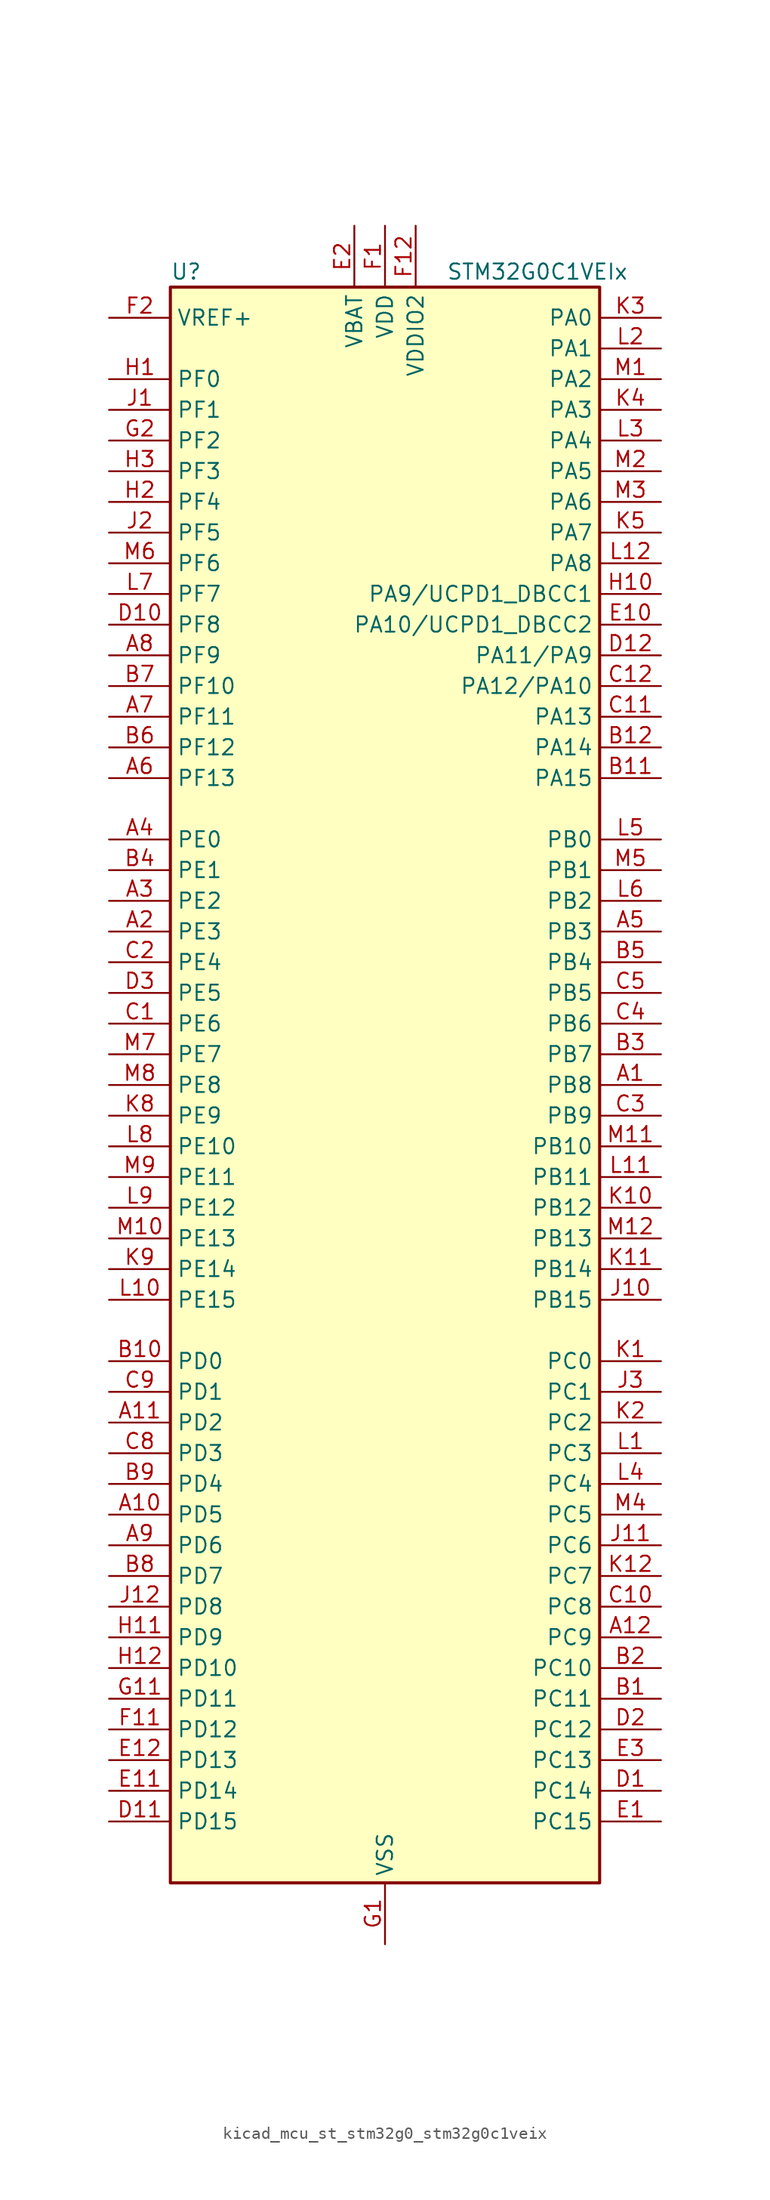
<source format=kicad_sym>
(kicad_symbol_lib
  (version 20220914)
  (generator kicad_symbol_editor)
  (symbol "kicad_mcu_st_stm32g0_stm32g0c1veix"
    (property "Reference" "U"
      (at -17.78 67.31 0)
      (effects (font (size 1.27 1.27)) (justify left)))
    (property "Value" "STM32G0C1VEIx"
      (at 5.08 67.31 0)
      (effects (font (size 1.27 1.27)) (justify left)))
    (property "ki_locked" ""
      (at 0 0 0)
      (effects (font (size 1.27 1.27))))
    (symbol "kicad_mcu_st_stm32g0_stm32g0c1veix_0_1"
      (rectangle (start -17.78 -66.04) (end 17.78 66.04) (stroke (width 0.254) (type default)) (fill (type background))))
    (symbol "kicad_mcu_st_stm32g0_stm32g0c1veix_1_1"
      (pin bidirectional line (at 22.86 0 180) (length 5.08) (name "PB8" (effects (font (size 1.27 1.27)))) (number "A1" (effects (font (size 1.27 1.27)))) (alternate "CEC" bidirectional line) (alternate "FDCAN1_RX" bidirectional line) (alternate "I2C1_SCL" bidirectional line) (alternate "I2S2_CK" bidirectional line) (alternate "SPI2_SCK" bidirectional line) (alternate "TIM15_BK" bidirectional line) (alternate "TIM16_CH1" bidirectional line) (alternate "TIM4_CH3" bidirectional line) (alternate "USART3_TX" bidirectional line) (alternate "USART6_TX" bidirectional line))
      (pin bidirectional line (at -22.86 -35.56 0) (length 5.08) (name "PD5" (effects (font (size 1.27 1.27)))) (number "A10" (effects (font (size 1.27 1.27)))) (alternate "I2S1_MCK" bidirectional line) (alternate "SPI1_MISO" bidirectional line) (alternate "TIM1_BK" bidirectional line) (alternate "USART2_TX" bidirectional line) (alternate "USART5_CTS" bidirectional line) (alternate "USART5_NSS" bidirectional line))
      (pin bidirectional line (at -22.86 -27.94 0) (length 5.08) (name "PD2" (effects (font (size 1.27 1.27)))) (number "A11" (effects (font (size 1.27 1.27)))) (alternate "TIM1_CH1N" bidirectional line) (alternate "TIM3_ETR" bidirectional line) (alternate "UCPD2_CC2" bidirectional line) (alternate "USART3_CK" bidirectional line) (alternate "USART3_DE" bidirectional line) (alternate "USART3_RTS" bidirectional line) (alternate "USART5_RX" bidirectional line))
      (pin bidirectional line (at 22.86 -45.72 180) (length 5.08) (name "PC9" (effects (font (size 1.27 1.27)))) (number "A12" (effects (font (size 1.27 1.27)))) (alternate "DAC1_EXTI9" bidirectional line) (alternate "I2S_CKIN" bidirectional line) (alternate "LPUART2_DE" bidirectional line) (alternate "LPUART2_RTS" bidirectional line) (alternate "TIM1_CH2" bidirectional line) (alternate "TIM3_CH4" bidirectional line) (alternate "USB_NOE" bidirectional line))
      (pin bidirectional line (at -22.86 12.7 0) (length 5.08) (name "PE3" (effects (font (size 1.27 1.27)))) (number "A2" (effects (font (size 1.27 1.27)))) (alternate "TIM3_CH1" bidirectional line))
      (pin bidirectional line (at -22.86 15.24 0) (length 5.08) (name "PE2" (effects (font (size 1.27 1.27)))) (number "A3" (effects (font (size 1.27 1.27)))) (alternate "TIM3_ETR" bidirectional line))
      (pin bidirectional line (at -22.86 20.32 0) (length 5.08) (name "PE0" (effects (font (size 1.27 1.27)))) (number "A4" (effects (font (size 1.27 1.27)))) (alternate "TIM16_CH1" bidirectional line) (alternate "TIM4_ETR" bidirectional line))
      (pin bidirectional line (at 22.86 12.7 180) (length 5.08) (name "PB3" (effects (font (size 1.27 1.27)))) (number "A5" (effects (font (size 1.27 1.27)))) (alternate "COMP2_INM" bidirectional line) (alternate "I2C2_SCL" bidirectional line) (alternate "I2C3_SCL" bidirectional line) (alternate "I2S1_CK" bidirectional line) (alternate "SPI1_SCK" bidirectional line) (alternate "SPI3_SCK" bidirectional line) (alternate "TIM1_CH2" bidirectional line) (alternate "TIM2_CH2" bidirectional line) (alternate "USART1_CK" bidirectional line) (alternate "USART1_DE" bidirectional line) (alternate "USART1_RTS" bidirectional line) (alternate "USART5_TX" bidirectional line))
      (pin bidirectional line (at -22.86 25.4 0) (length 5.08) (name "PF13" (effects (font (size 1.27 1.27)))) (number "A6" (effects (font (size 1.27 1.27)))) (alternate "TIM15_CH2" bidirectional line))
      (pin bidirectional line (at -22.86 30.48 0) (length 5.08) (name "PF11" (effects (font (size 1.27 1.27)))) (number "A7" (effects (font (size 1.27 1.27)))) (alternate "ADC1_EXTI11" bidirectional line) (alternate "USART6_CK" bidirectional line) (alternate "USART6_DE" bidirectional line) (alternate "USART6_RTS" bidirectional line))
      (pin bidirectional line (at -22.86 35.56 0) (length 5.08) (name "PF9" (effects (font (size 1.27 1.27)))) (number "A8" (effects (font (size 1.27 1.27)))) (alternate "DAC1_EXTI9" bidirectional line) (alternate "USART6_TX" bidirectional line))
      (pin bidirectional line (at -22.86 -38.1 0) (length 5.08) (name "PD6" (effects (font (size 1.27 1.27)))) (number "A9" (effects (font (size 1.27 1.27)))) (alternate "I2S1_SD" bidirectional line) (alternate "LPTIM2_OUT" bidirectional line) (alternate "SPI1_MOSI" bidirectional line) (alternate "USART2_RX" bidirectional line))
      (pin bidirectional line (at 22.86 -50.8 180) (length 5.08) (name "PC11" (effects (font (size 1.27 1.27)))) (number "B1" (effects (font (size 1.27 1.27)))) (alternate "ADC1_EXTI11" bidirectional line) (alternate "SPI3_MISO" bidirectional line) (alternate "TIM1_CH4" bidirectional line) (alternate "USART3_RX" bidirectional line) (alternate "USART4_RX" bidirectional line))
      (pin bidirectional line (at -22.86 -22.86 0) (length 5.08) (name "PD0" (effects (font (size 1.27 1.27)))) (number "B10" (effects (font (size 1.27 1.27)))) (alternate "FDCAN1_RX" bidirectional line) (alternate "I2S2_WS" bidirectional line) (alternate "SPI2_NSS" bidirectional line) (alternate "TIM16_CH1" bidirectional line) (alternate "UCPD2_CC1" bidirectional line))
      (pin bidirectional line (at 22.86 25.4 180) (length 5.08) (name "PA15" (effects (font (size 1.27 1.27)))) (number "B11" (effects (font (size 1.27 1.27)))) (alternate "I2C2_SMBA" bidirectional line) (alternate "I2S1_WS" bidirectional line) (alternate "RCC_MCO_2" bidirectional line) (alternate "SPI1_NSS" bidirectional line) (alternate "SPI3_NSS" bidirectional line) (alternate "TIM2_CH1" bidirectional line) (alternate "TIM2_ETR" bidirectional line) (alternate "USART2_RX" bidirectional line) (alternate "USART3_CK" bidirectional line) (alternate "USART3_DE" bidirectional line) (alternate "USART3_RTS" bidirectional line) (alternate "USART4_CK" bidirectional line) (alternate "USART4_DE" bidirectional line) (alternate "USART4_RTS" bidirectional line) (alternate "USB_NOE" bidirectional line))
      (pin bidirectional line (at 22.86 27.94 180) (length 5.08) (name "PA14" (effects (font (size 1.27 1.27)))) (number "B12" (effects (font (size 1.27 1.27)))) (alternate "LPUART2_TX" bidirectional line) (alternate "SYS_SWCLK" bidirectional line) (alternate "USART2_TX" bidirectional line))
      (pin bidirectional line (at 22.86 -48.26 180) (length 5.08) (name "PC10" (effects (font (size 1.27 1.27)))) (number "B2" (effects (font (size 1.27 1.27)))) (alternate "SPI3_SCK" bidirectional line) (alternate "TIM1_CH3" bidirectional line) (alternate "USART3_TX" bidirectional line) (alternate "USART4_TX" bidirectional line))
      (pin bidirectional line (at 22.86 2.54 180) (length 5.08) (name "PB7" (effects (font (size 1.27 1.27)))) (number "B3" (effects (font (size 1.27 1.27)))) (alternate "COMP2_INM" bidirectional line) (alternate "I2C1_SDA" bidirectional line) (alternate "I2S2_SD" bidirectional line) (alternate "LPTIM1_IN2" bidirectional line) (alternate "LPUART2_RX" bidirectional line) (alternate "SPI2_MOSI" bidirectional line) (alternate "SYS_PVD_IN" bidirectional line) (alternate "TIM17_CH1N" bidirectional line) (alternate "TIM4_CH2" bidirectional line) (alternate "USART1_RX" bidirectional line) (alternate "USART4_CTS" bidirectional line) (alternate "USART4_NSS" bidirectional line))
      (pin bidirectional line (at -22.86 17.78 0) (length 5.08) (name "PE1" (effects (font (size 1.27 1.27)))) (number "B4" (effects (font (size 1.27 1.27)))) (alternate "TIM17_CH1" bidirectional line))
      (pin bidirectional line (at 22.86 10.16 180) (length 5.08) (name "PB4" (effects (font (size 1.27 1.27)))) (number "B5" (effects (font (size 1.27 1.27)))) (alternate "COMP2_INP" bidirectional line) (alternate "I2C2_SDA" bidirectional line) (alternate "I2C3_SDA" bidirectional line) (alternate "I2S1_MCK" bidirectional line) (alternate "SPI1_MISO" bidirectional line) (alternate "SPI3_MISO" bidirectional line) (alternate "TIM17_BK" bidirectional line) (alternate "TIM3_CH1" bidirectional line) (alternate "USART1_CTS" bidirectional line) (alternate "USART1_NSS" bidirectional line) (alternate "USART5_RX" bidirectional line))
      (pin bidirectional line (at -22.86 27.94 0) (length 5.08) (name "PF12" (effects (font (size 1.27 1.27)))) (number "B6" (effects (font (size 1.27 1.27)))) (alternate "TIM15_CH1" bidirectional line) (alternate "USART6_CTS" bidirectional line) (alternate "USART6_NSS" bidirectional line))
      (pin bidirectional line (at -22.86 33.02 0) (length 5.08) (name "PF10" (effects (font (size 1.27 1.27)))) (number "B7" (effects (font (size 1.27 1.27)))) (alternate "USART6_RX" bidirectional line))
      (pin bidirectional line (at -22.86 -40.64 0) (length 5.08) (name "PD7" (effects (font (size 1.27 1.27)))) (number "B8" (effects (font (size 1.27 1.27)))) (alternate "RCC_MCO_2" bidirectional line))
      (pin bidirectional line (at -22.86 -33.02 0) (length 5.08) (name "PD4" (effects (font (size 1.27 1.27)))) (number "B9" (effects (font (size 1.27 1.27)))) (alternate "I2S2_SD" bidirectional line) (alternate "SPI2_MOSI" bidirectional line) (alternate "TIM1_CH3N" bidirectional line) (alternate "USART2_CK" bidirectional line) (alternate "USART2_DE" bidirectional line) (alternate "USART2_RTS" bidirectional line) (alternate "USART5_CK" bidirectional line) (alternate "USART5_DE" bidirectional line) (alternate "USART5_RTS" bidirectional line))
      (pin bidirectional line (at -22.86 5.08 0) (length 5.08) (name "PE6" (effects (font (size 1.27 1.27)))) (number "C1" (effects (font (size 1.27 1.27)))) (alternate "RTC_TAMP_IN3" bidirectional line) (alternate "SYS_WKUP3" bidirectional line) (alternate "TIM3_CH4" bidirectional line))
      (pin bidirectional line (at 22.86 -43.18 180) (length 5.08) (name "PC8" (effects (font (size 1.27 1.27)))) (number "C10" (effects (font (size 1.27 1.27)))) (alternate "LPUART2_CTS" bidirectional line) (alternate "TIM1_CH1" bidirectional line) (alternate "TIM3_CH3" bidirectional line) (alternate "UCPD2_FRSTX1" bidirectional line) (alternate "UCPD2_FRSTX2" bidirectional line))
      (pin bidirectional line (at 22.86 30.48 180) (length 5.08) (name "PA13" (effects (font (size 1.27 1.27)))) (number "C11" (effects (font (size 1.27 1.27)))) (alternate "IR_OUT" bidirectional line) (alternate "LPUART2_RX" bidirectional line) (alternate "SYS_SWDIO" bidirectional line) (alternate "USB_NOE" bidirectional line))
      (pin bidirectional line (at 22.86 33.02 180) (length 5.08) (name "PA12/PA10" (effects (font (size 1.27 1.27)))) (number "C12" (effects (font (size 1.27 1.27)))) (alternate "COMP2_OUT" bidirectional line) (alternate "FDCAN1_TX" bidirectional line) (alternate "I2C2_SDA" bidirectional line) (alternate "I2S1_SD" bidirectional line) (alternate "I2S_CKIN" bidirectional line) (alternate "SPI1_MOSI" bidirectional line) (alternate "TIM1_ETR" bidirectional line) (alternate "USART1_CK" bidirectional line) (alternate "USART1_DE" bidirectional line) (alternate "USART1_RTS" bidirectional line) (alternate "USB_DP" bidirectional line))
      (pin bidirectional line (at -22.86 10.16 0) (length 5.08) (name "PE4" (effects (font (size 1.27 1.27)))) (number "C2" (effects (font (size 1.27 1.27)))) (alternate "TIM3_CH2" bidirectional line))
      (pin bidirectional line (at 22.86 -2.54 180) (length 5.08) (name "PB9" (effects (font (size 1.27 1.27)))) (number "C3" (effects (font (size 1.27 1.27)))) (alternate "DAC1_EXTI9" bidirectional line) (alternate "FDCAN1_TX" bidirectional line) (alternate "I2C1_SDA" bidirectional line) (alternate "I2S2_WS" bidirectional line) (alternate "IR_OUT" bidirectional line) (alternate "SPI2_NSS" bidirectional line) (alternate "TIM17_CH1" bidirectional line) (alternate "TIM4_CH4" bidirectional line) (alternate "UCPD2_FRSTX1" bidirectional line) (alternate "UCPD2_FRSTX2" bidirectional line) (alternate "USART3_RX" bidirectional line) (alternate "USART6_RX" bidirectional line))
      (pin bidirectional line (at 22.86 5.08 180) (length 5.08) (name "PB6" (effects (font (size 1.27 1.27)))) (number "C4" (effects (font (size 1.27 1.27)))) (alternate "COMP2_INP" bidirectional line) (alternate "FDCAN2_TX" bidirectional line) (alternate "I2C1_SCL" bidirectional line) (alternate "I2S2_MCK" bidirectional line) (alternate "LPTIM1_ETR" bidirectional line) (alternate "LPUART2_TX" bidirectional line) (alternate "SPI2_MISO" bidirectional line) (alternate "TIM16_CH1N" bidirectional line) (alternate "TIM1_CH3" bidirectional line) (alternate "TIM4_CH1" bidirectional line) (alternate "USART1_TX" bidirectional line) (alternate "USART5_CTS" bidirectional line) (alternate "USART5_NSS" bidirectional line))
      (pin bidirectional line (at 22.86 7.62 180) (length 5.08) (name "PB5" (effects (font (size 1.27 1.27)))) (number "C5" (effects (font (size 1.27 1.27)))) (alternate "COMP2_OUT" bidirectional line) (alternate "FDCAN2_RX" bidirectional line) (alternate "I2C1_SMBA" bidirectional line) (alternate "I2S1_SD" bidirectional line) (alternate "LPTIM1_IN1" bidirectional line) (alternate "SPI1_MOSI" bidirectional line) (alternate "SPI3_MOSI" bidirectional line) (alternate "SYS_WKUP6" bidirectional line) (alternate "TIM16_BK" bidirectional line) (alternate "TIM3_CH2" bidirectional line) (alternate "USART5_CK" bidirectional line) (alternate "USART5_DE" bidirectional line) (alternate "USART5_RTS" bidirectional line))
      (pin bidirectional line (at -22.86 -30.48 0) (length 5.08) (name "PD3" (effects (font (size 1.27 1.27)))) (number "C8" (effects (font (size 1.27 1.27)))) (alternate "I2S2_MCK" bidirectional line) (alternate "SPI2_MISO" bidirectional line) (alternate "TIM1_CH2N" bidirectional line) (alternate "UCPD2_DBCC2" bidirectional line) (alternate "USART2_CTS" bidirectional line) (alternate "USART2_NSS" bidirectional line) (alternate "USART5_TX" bidirectional line))
      (pin bidirectional line (at -22.86 -25.4 0) (length 5.08) (name "PD1" (effects (font (size 1.27 1.27)))) (number "C9" (effects (font (size 1.27 1.27)))) (alternate "FDCAN1_TX" bidirectional line) (alternate "I2S2_CK" bidirectional line) (alternate "SPI2_SCK" bidirectional line) (alternate "TIM17_CH1" bidirectional line) (alternate "UCPD2_DBCC1" bidirectional line))
      (pin bidirectional line (at 22.86 -58.42 180) (length 5.08) (name "PC14" (effects (font (size 1.27 1.27)))) (number "D1" (effects (font (size 1.27 1.27)))) (alternate "RCC_OSC32_IN" bidirectional line) (alternate "TIM1_BK2" bidirectional line))
      (pin bidirectional line (at -22.86 38.1 0) (length 5.08) (name "PF8" (effects (font (size 1.27 1.27)))) (number "D10" (effects (font (size 1.27 1.27)))))
      (pin bidirectional line (at -22.86 -60.96 0) (length 5.08) (name "PD15" (effects (font (size 1.27 1.27)))) (number "D11" (effects (font (size 1.27 1.27)))) (alternate "CRS1_SYNC" bidirectional line) (alternate "FDCAN2_TX" bidirectional line) (alternate "LPUART2_DE" bidirectional line) (alternate "LPUART2_RTS" bidirectional line) (alternate "TIM4_CH4" bidirectional line))
      (pin bidirectional line (at 22.86 35.56 180) (length 5.08) (name "PA11/PA9" (effects (font (size 1.27 1.27)))) (number "D12" (effects (font (size 1.27 1.27)))) (alternate "ADC1_EXTI11" bidirectional line) (alternate "COMP1_OUT" bidirectional line) (alternate "FDCAN1_RX" bidirectional line) (alternate "I2C2_SCL" bidirectional line) (alternate "I2S1_MCK" bidirectional line) (alternate "SPI1_MISO" bidirectional line) (alternate "TIM1_BK2" bidirectional line) (alternate "TIM1_CH4" bidirectional line) (alternate "USART1_CTS" bidirectional line) (alternate "USART1_NSS" bidirectional line) (alternate "USB_DM" bidirectional line))
      (pin bidirectional line (at 22.86 -53.34 180) (length 5.08) (name "PC12" (effects (font (size 1.27 1.27)))) (number "D2" (effects (font (size 1.27 1.27)))) (alternate "LPTIM1_IN1" bidirectional line) (alternate "SPI3_MOSI" bidirectional line) (alternate "TIM14_CH1" bidirectional line) (alternate "UCPD1_FRSTX1" bidirectional line) (alternate "UCPD1_FRSTX2" bidirectional line) (alternate "USART5_TX" bidirectional line))
      (pin bidirectional line (at -22.86 7.62 0) (length 5.08) (name "PE5" (effects (font (size 1.27 1.27)))) (number "D3" (effects (font (size 1.27 1.27)))) (alternate "TIM3_CH3" bidirectional line))
      (pin bidirectional line (at 22.86 -60.96 180) (length 5.08) (name "PC15" (effects (font (size 1.27 1.27)))) (number "E1" (effects (font (size 1.27 1.27)))) (alternate "RCC_OSC32_EN" bidirectional line) (alternate "RCC_OSC32_OUT" bidirectional line) (alternate "RCC_OSC_EN" bidirectional line) (alternate "TIM15_BK" bidirectional line))
      (pin bidirectional line (at 22.86 38.1 180) (length 5.08) (name "PA10/UCPD1_DBCC2" (effects (font (size 1.27 1.27)))) (number "E10" (effects (font (size 1.27 1.27)))) (alternate "I2C1_SDA" bidirectional line) (alternate "I2C2_SDA" bidirectional line) (alternate "I2S2_SD" bidirectional line) (alternate "RCC_MCO_2" bidirectional line) (alternate "SPI2_MOSI" bidirectional line) (alternate "TIM17_BK" bidirectional line) (alternate "TIM1_CH3" bidirectional line) (alternate "UCPD1_DBCC2" bidirectional line) (alternate "USART1_RX" bidirectional line))
      (pin bidirectional line (at -22.86 -58.42 0) (length 5.08) (name "PD14" (effects (font (size 1.27 1.27)))) (number "E11" (effects (font (size 1.27 1.27)))) (alternate "FDCAN2_RX" bidirectional line) (alternate "LPUART2_CTS" bidirectional line) (alternate "TIM4_CH3" bidirectional line))
      (pin bidirectional line (at -22.86 -55.88 0) (length 5.08) (name "PD13" (effects (font (size 1.27 1.27)))) (number "E12" (effects (font (size 1.27 1.27)))) (alternate "FDCAN1_TX" bidirectional line) (alternate "LPTIM2_OUT" bidirectional line) (alternate "TIM4_CH2" bidirectional line))
      (pin power_in line (at -2.54 71.12 270) (length 5.08) (name "VBAT" (effects (font (size 1.27 1.27)))) (number "E2" (effects (font (size 1.27 1.27)))))
      (pin bidirectional line (at 22.86 -55.88 180) (length 5.08) (name "PC13" (effects (font (size 1.27 1.27)))) (number "E3" (effects (font (size 1.27 1.27)))) (alternate "RTC_OUT1" bidirectional line) (alternate "RTC_TAMP_IN1" bidirectional line) (alternate "RTC_TS" bidirectional line) (alternate "SYS_WKUP2" bidirectional line) (alternate "TIM1_BK" bidirectional line))
      (pin power_in line (at 0 71.12 270) (length 5.08) (name "VDD" (effects (font (size 1.27 1.27)))) (number "F1" (effects (font (size 1.27 1.27)))))
      (pin bidirectional line (at -22.86 -53.34 0) (length 5.08) (name "PD12" (effects (font (size 1.27 1.27)))) (number "F11" (effects (font (size 1.27 1.27)))) (alternate "FDCAN1_RX" bidirectional line) (alternate "LPTIM2_IN1" bidirectional line) (alternate "TIM4_CH1" bidirectional line) (alternate "USART3_CK" bidirectional line) (alternate "USART3_DE" bidirectional line) (alternate "USART3_RTS" bidirectional line))
      (pin power_in line (at 2.54 71.12 270) (length 5.08) (name "VDDIO2" (effects (font (size 1.27 1.27)))) (number "F12" (effects (font (size 1.27 1.27)))))
      (pin input line (at -22.86 63.5 0) (length 5.08) (name "VREF+" (effects (font (size 1.27 1.27)))) (number "F2" (effects (font (size 1.27 1.27)))) (alternate "VREFBUF_OUT" bidirectional line))
      (pin power_in line (at 0 -71.12 90) (length 5.08) (name "VSS" (effects (font (size 1.27 1.27)))) (number "G1" (effects (font (size 1.27 1.27)))))
      (pin bidirectional line (at -22.86 -50.8 0) (length 5.08) (name "PD11" (effects (font (size 1.27 1.27)))) (number "G11" (effects (font (size 1.27 1.27)))) (alternate "ADC1_EXTI11" bidirectional line) (alternate "LPTIM2_ETR" bidirectional line) (alternate "USART3_CTS" bidirectional line) (alternate "USART3_NSS" bidirectional line))
      (pin passive line (at 0 -71.12 90) (length 5.08) hide (name "VSS" (effects (font (size 1.27 1.27)))) (number "G12" (effects (font (size 1.27 1.27)))))
      (pin bidirectional line (at -22.86 53.34 0) (length 5.08) (name "PF2" (effects (font (size 1.27 1.27)))) (number "G2" (effects (font (size 1.27 1.27)))) (alternate "LPUART2_DE" bidirectional line) (alternate "LPUART2_RTS" bidirectional line) (alternate "LPUART2_TX" bidirectional line) (alternate "RCC_MCO" bidirectional line))
      (pin bidirectional line (at -22.86 58.42 0) (length 5.08) (name "PF0" (effects (font (size 1.27 1.27)))) (number "H1" (effects (font (size 1.27 1.27)))) (alternate "CRS1_SYNC" bidirectional line) (alternate "RCC_OSC_IN" bidirectional line) (alternate "TIM14_CH1" bidirectional line))
      (pin bidirectional line (at 22.86 40.64 180) (length 5.08) (name "PA9/UCPD1_DBCC1" (effects (font (size 1.27 1.27)))) (number "H10" (effects (font (size 1.27 1.27)))) (alternate "DAC1_EXTI9" bidirectional line) (alternate "I2C1_SCL" bidirectional line) (alternate "I2C2_SCL" bidirectional line) (alternate "I2S2_MCK" bidirectional line) (alternate "RCC_MCO" bidirectional line) (alternate "SPI2_MISO" bidirectional line) (alternate "TIM15_BK" bidirectional line) (alternate "TIM1_CH2" bidirectional line) (alternate "UCPD1_DBCC1" bidirectional line) (alternate "USART1_TX" bidirectional line))
      (pin bidirectional line (at -22.86 -45.72 0) (length 5.08) (name "PD9" (effects (font (size 1.27 1.27)))) (number "H11" (effects (font (size 1.27 1.27)))) (alternate "DAC1_EXTI9" bidirectional line) (alternate "I2S1_WS" bidirectional line) (alternate "SPI1_NSS" bidirectional line) (alternate "TIM1_BK2" bidirectional line) (alternate "USART3_RX" bidirectional line))
      (pin bidirectional line (at -22.86 -48.26 0) (length 5.08) (name "PD10" (effects (font (size 1.27 1.27)))) (number "H12" (effects (font (size 1.27 1.27)))) (alternate "RCC_MCO" bidirectional line))
      (pin bidirectional line (at -22.86 48.26 0) (length 5.08) (name "PF4" (effects (font (size 1.27 1.27)))) (number "H2" (effects (font (size 1.27 1.27)))) (alternate "LPUART1_TX" bidirectional line))
      (pin bidirectional line (at -22.86 50.8 0) (length 5.08) (name "PF3" (effects (font (size 1.27 1.27)))) (number "H3" (effects (font (size 1.27 1.27)))) (alternate "LPUART2_RX" bidirectional line) (alternate "USART6_CK" bidirectional line) (alternate "USART6_DE" bidirectional line) (alternate "USART6_RTS" bidirectional line))
      (pin bidirectional line (at -22.86 55.88 0) (length 5.08) (name "PF1" (effects (font (size 1.27 1.27)))) (number "J1" (effects (font (size 1.27 1.27)))) (alternate "RCC_OSC_EN" bidirectional line) (alternate "RCC_OSC_OUT" bidirectional line) (alternate "TIM15_CH1N" bidirectional line))
      (pin bidirectional line (at 22.86 -17.78 180) (length 5.08) (name "PB15" (effects (font (size 1.27 1.27)))) (number "J10" (effects (font (size 1.27 1.27)))) (alternate "I2S2_SD" bidirectional line) (alternate "RTC_REFIN" bidirectional line) (alternate "SPI2_MOSI" bidirectional line) (alternate "TIM15_CH1N" bidirectional line) (alternate "TIM15_CH2" bidirectional line) (alternate "TIM1_CH3N" bidirectional line) (alternate "UCPD1_CC2" bidirectional line) (alternate "USART6_CTS" bidirectional line) (alternate "USART6_NSS" bidirectional line))
      (pin bidirectional line (at 22.86 -38.1 180) (length 5.08) (name "PC6" (effects (font (size 1.27 1.27)))) (number "J11" (effects (font (size 1.27 1.27)))) (alternate "LPUART2_TX" bidirectional line) (alternate "TIM2_CH3" bidirectional line) (alternate "TIM3_CH1" bidirectional line) (alternate "UCPD1_FRSTX1" bidirectional line) (alternate "UCPD1_FRSTX2" bidirectional line))
      (pin bidirectional line (at -22.86 -43.18 0) (length 5.08) (name "PD8" (effects (font (size 1.27 1.27)))) (number "J12" (effects (font (size 1.27 1.27)))) (alternate "I2S1_CK" bidirectional line) (alternate "LPTIM1_OUT" bidirectional line) (alternate "SPI1_SCK" bidirectional line) (alternate "USART3_TX" bidirectional line))
      (pin bidirectional line (at -22.86 45.72 0) (length 5.08) (name "PF5" (effects (font (size 1.27 1.27)))) (number "J2" (effects (font (size 1.27 1.27)))) (alternate "LPUART1_RX" bidirectional line))
      (pin bidirectional line (at 22.86 -25.4 180) (length 5.08) (name "PC1" (effects (font (size 1.27 1.27)))) (number "J3" (effects (font (size 1.27 1.27)))) (alternate "COMP3_INP" bidirectional line) (alternate "I2C3_SDA" bidirectional line) (alternate "LPTIM1_OUT" bidirectional line) (alternate "LPUART1_TX" bidirectional line) (alternate "LPUART2_RX" bidirectional line) (alternate "TIM15_CH1" bidirectional line) (alternate "USART6_RX" bidirectional line))
      (pin bidirectional line (at 22.86 -22.86 180) (length 5.08) (name "PC0" (effects (font (size 1.27 1.27)))) (number "K1" (effects (font (size 1.27 1.27)))) (alternate "COMP3_INM" bidirectional line) (alternate "COMP3_OUT" bidirectional line) (alternate "I2C3_SCL" bidirectional line) (alternate "LPTIM1_IN1" bidirectional line) (alternate "LPTIM2_IN1" bidirectional line) (alternate "LPUART1_RX" bidirectional line) (alternate "LPUART2_TX" bidirectional line) (alternate "USART6_TX" bidirectional line))
      (pin bidirectional line (at 22.86 -10.16 180) (length 5.08) (name "PB12" (effects (font (size 1.27 1.27)))) (number "K10" (effects (font (size 1.27 1.27)))) (alternate "ADC1_IN16" bidirectional line) (alternate "FDCAN2_RX" bidirectional line) (alternate "I2C2_SMBA" bidirectional line) (alternate "I2S2_WS" bidirectional line) (alternate "LPUART1_DE" bidirectional line) (alternate "LPUART1_RTS" bidirectional line) (alternate "SPI2_NSS" bidirectional line) (alternate "TIM15_BK" bidirectional line) (alternate "TIM1_BK" bidirectional line) (alternate "UCPD2_FRSTX1" bidirectional line) (alternate "UCPD2_FRSTX2" bidirectional line))
      (pin bidirectional line (at 22.86 -15.24 180) (length 5.08) (name "PB14" (effects (font (size 1.27 1.27)))) (number "K11" (effects (font (size 1.27 1.27)))) (alternate "I2C2_SDA" bidirectional line) (alternate "I2S2_MCK" bidirectional line) (alternate "SPI2_MISO" bidirectional line) (alternate "TIM15_CH1" bidirectional line) (alternate "TIM1_CH2N" bidirectional line) (alternate "UCPD1_FRSTX1" bidirectional line) (alternate "UCPD1_FRSTX2" bidirectional line) (alternate "USART3_CK" bidirectional line) (alternate "USART3_DE" bidirectional line) (alternate "USART3_RTS" bidirectional line) (alternate "USART6_CK" bidirectional line) (alternate "USART6_DE" bidirectional line) (alternate "USART6_RTS" bidirectional line))
      (pin bidirectional line (at 22.86 -40.64 180) (length 5.08) (name "PC7" (effects (font (size 1.27 1.27)))) (number "K12" (effects (font (size 1.27 1.27)))) (alternate "LPUART2_RX" bidirectional line) (alternate "TIM2_CH4" bidirectional line) (alternate "TIM3_CH2" bidirectional line) (alternate "UCPD2_FRSTX1" bidirectional line) (alternate "UCPD2_FRSTX2" bidirectional line))
      (pin bidirectional line (at 22.86 -27.94 180) (length 5.08) (name "PC2" (effects (font (size 1.27 1.27)))) (number "K2" (effects (font (size 1.27 1.27)))) (alternate "COMP3_OUT" bidirectional line) (alternate "FDCAN2_RX" bidirectional line) (alternate "I2S2_MCK" bidirectional line) (alternate "LPTIM1_IN2" bidirectional line) (alternate "SPI2_MISO" bidirectional line) (alternate "TIM15_CH2" bidirectional line))
      (pin bidirectional line (at 22.86 63.5 180) (length 5.08) (name "PA0" (effects (font (size 1.27 1.27)))) (number "K3" (effects (font (size 1.27 1.27)))) (alternate "ADC1_IN0" bidirectional line) (alternate "COMP1_INM" bidirectional line) (alternate "COMP1_OUT" bidirectional line) (alternate "I2S2_CK" bidirectional line) (alternate "LPTIM1_OUT" bidirectional line) (alternate "RTC_TAMP_IN2" bidirectional line) (alternate "SPI2_SCK" bidirectional line) (alternate "SYS_WKUP1" bidirectional line) (alternate "TIM2_CH1" bidirectional line) (alternate "TIM2_ETR" bidirectional line) (alternate "UCPD2_FRSTX1" bidirectional line) (alternate "UCPD2_FRSTX2" bidirectional line) (alternate "USART2_CTS" bidirectional line) (alternate "USART2_NSS" bidirectional line) (alternate "USART4_TX" bidirectional line))
      (pin bidirectional line (at 22.86 55.88 180) (length 5.08) (name "PA3" (effects (font (size 1.27 1.27)))) (number "K4" (effects (font (size 1.27 1.27)))) (alternate "ADC1_IN3" bidirectional line) (alternate "COMP2_INP" bidirectional line) (alternate "I2S2_MCK" bidirectional line) (alternate "LPUART1_RX" bidirectional line) (alternate "SPI2_MISO" bidirectional line) (alternate "TIM15_CH2" bidirectional line) (alternate "TIM2_CH4" bidirectional line) (alternate "UCPD2_FRSTX1" bidirectional line) (alternate "UCPD2_FRSTX2" bidirectional line) (alternate "USART2_RX" bidirectional line))
      (pin bidirectional line (at 22.86 45.72 180) (length 5.08) (name "PA7" (effects (font (size 1.27 1.27)))) (number "K5" (effects (font (size 1.27 1.27)))) (alternate "ADC1_IN7" bidirectional line) (alternate "COMP2_OUT" bidirectional line) (alternate "I2C2_SCL" bidirectional line) (alternate "I2C3_SCL" bidirectional line) (alternate "I2S1_SD" bidirectional line) (alternate "SPI1_MOSI" bidirectional line) (alternate "TIM14_CH1" bidirectional line) (alternate "TIM17_CH1" bidirectional line) (alternate "TIM1_CH1N" bidirectional line) (alternate "TIM3_CH2" bidirectional line) (alternate "UCPD1_FRSTX1" bidirectional line) (alternate "UCPD1_FRSTX2" bidirectional line) (alternate "USART6_CK" bidirectional line) (alternate "USART6_DE" bidirectional line) (alternate "USART6_RTS" bidirectional line))
      (pin bidirectional line (at -22.86 -2.54 0) (length 5.08) (name "PE9" (effects (font (size 1.27 1.27)))) (number "K8" (effects (font (size 1.27 1.27)))) (alternate "DAC1_EXTI9" bidirectional line) (alternate "TIM1_CH1" bidirectional line) (alternate "USART4_RX" bidirectional line))
      (pin bidirectional line (at -22.86 -15.24 0) (length 5.08) (name "PE14" (effects (font (size 1.27 1.27)))) (number "K9" (effects (font (size 1.27 1.27)))) (alternate "I2S1_MCK" bidirectional line) (alternate "SPI1_MISO" bidirectional line) (alternate "TIM1_BK2" bidirectional line) (alternate "TIM1_CH4" bidirectional line))
      (pin bidirectional line (at 22.86 -30.48 180) (length 5.08) (name "PC3" (effects (font (size 1.27 1.27)))) (number "L1" (effects (font (size 1.27 1.27)))) (alternate "FDCAN2_TX" bidirectional line) (alternate "I2S2_SD" bidirectional line) (alternate "LPTIM1_ETR" bidirectional line) (alternate "LPTIM2_ETR" bidirectional line) (alternate "SPI2_MOSI" bidirectional line))
      (pin bidirectional line (at -22.86 -17.78 0) (length 5.08) (name "PE15" (effects (font (size 1.27 1.27)))) (number "L10" (effects (font (size 1.27 1.27)))) (alternate "I2S1_SD" bidirectional line) (alternate "SPI1_MOSI" bidirectional line) (alternate "TIM1_BK" bidirectional line))
      (pin bidirectional line (at 22.86 -7.62 180) (length 5.08) (name "PB11" (effects (font (size 1.27 1.27)))) (number "L11" (effects (font (size 1.27 1.27)))) (alternate "ADC1_EXTI11" bidirectional line) (alternate "ADC1_IN15" bidirectional line) (alternate "COMP2_OUT" bidirectional line) (alternate "I2C2_SDA" bidirectional line) (alternate "I2S2_SD" bidirectional line) (alternate "LPUART1_TX" bidirectional line) (alternate "SPI2_MOSI" bidirectional line) (alternate "TIM2_CH4" bidirectional line) (alternate "USART3_RX" bidirectional line))
      (pin bidirectional line (at 22.86 43.18 180) (length 5.08) (name "PA8" (effects (font (size 1.27 1.27)))) (number "L12" (effects (font (size 1.27 1.27)))) (alternate "CRS1_SYNC" bidirectional line) (alternate "I2C2_SMBA" bidirectional line) (alternate "I2S2_WS" bidirectional line) (alternate "LPTIM2_OUT" bidirectional line) (alternate "RCC_MCO" bidirectional line) (alternate "SPI2_NSS" bidirectional line) (alternate "TIM1_CH1" bidirectional line) (alternate "UCPD1_CC1" bidirectional line))
      (pin bidirectional line (at 22.86 60.96 180) (length 5.08) (name "PA1" (effects (font (size 1.27 1.27)))) (number "L2" (effects (font (size 1.27 1.27)))) (alternate "ADC1_IN1" bidirectional line) (alternate "COMP1_INP" bidirectional line) (alternate "I2C1_SMBA" bidirectional line) (alternate "I2S1_CK" bidirectional line) (alternate "SPI1_SCK" bidirectional line) (alternate "TIM15_CH1N" bidirectional line) (alternate "TIM2_CH2" bidirectional line) (alternate "USART2_CK" bidirectional line) (alternate "USART2_DE" bidirectional line) (alternate "USART2_RTS" bidirectional line) (alternate "USART4_RX" bidirectional line))
      (pin bidirectional line (at 22.86 53.34 180) (length 5.08) (name "PA4" (effects (font (size 1.27 1.27)))) (number "L3" (effects (font (size 1.27 1.27)))) (alternate "ADC1_IN4" bidirectional line) (alternate "DAC1_OUT1" bidirectional line) (alternate "I2S1_WS" bidirectional line) (alternate "I2S2_SD" bidirectional line) (alternate "LPTIM2_OUT" bidirectional line) (alternate "RTC_OUT2" bidirectional line) (alternate "SPI1_NSS" bidirectional line) (alternate "SPI2_MOSI" bidirectional line) (alternate "SPI3_NSS" bidirectional line) (alternate "TIM14_CH1" bidirectional line) (alternate "UCPD2_FRSTX1" bidirectional line) (alternate "UCPD2_FRSTX2" bidirectional line) (alternate "USART6_TX" bidirectional line) (alternate "USB_NOE" bidirectional line))
      (pin bidirectional line (at 22.86 -33.02 180) (length 5.08) (name "PC4" (effects (font (size 1.27 1.27)))) (number "L4" (effects (font (size 1.27 1.27)))) (alternate "ADC1_IN17" bidirectional line) (alternate "COMP1_INM" bidirectional line) (alternate "FDCAN1_RX" bidirectional line) (alternate "TIM2_CH1" bidirectional line) (alternate "TIM2_ETR" bidirectional line) (alternate "USART1_TX" bidirectional line) (alternate "USART3_TX" bidirectional line))
      (pin bidirectional line (at 22.86 20.32 180) (length 5.08) (name "PB0" (effects (font (size 1.27 1.27)))) (number "L5" (effects (font (size 1.27 1.27)))) (alternate "ADC1_IN8" bidirectional line) (alternate "COMP1_OUT" bidirectional line) (alternate "COMP3_INP" bidirectional line) (alternate "FDCAN2_RX" bidirectional line) (alternate "I2S1_WS" bidirectional line) (alternate "LPTIM1_OUT" bidirectional line) (alternate "LPUART2_CTS" bidirectional line) (alternate "SPI1_NSS" bidirectional line) (alternate "TIM1_CH2N" bidirectional line) (alternate "TIM3_CH3" bidirectional line) (alternate "UCPD1_FRSTX1" bidirectional line) (alternate "UCPD1_FRSTX2" bidirectional line) (alternate "USART3_RX" bidirectional line) (alternate "USART5_TX" bidirectional line))
      (pin bidirectional line (at 22.86 15.24 180) (length 5.08) (name "PB2" (effects (font (size 1.27 1.27)))) (number "L6" (effects (font (size 1.27 1.27)))) (alternate "ADC1_IN10" bidirectional line) (alternate "COMP1_INP" bidirectional line) (alternate "COMP3_INM" bidirectional line) (alternate "I2S2_MCK" bidirectional line) (alternate "LPTIM1_OUT" bidirectional line) (alternate "RCC_MCO_2" bidirectional line) (alternate "SPI2_MISO" bidirectional line) (alternate "USART3_TX" bidirectional line))
      (pin bidirectional line (at -22.86 40.64 0) (length 5.08) (name "PF7" (effects (font (size 1.27 1.27)))) (number "L7" (effects (font (size 1.27 1.27)))) (alternate "LPUART1_CTS" bidirectional line) (alternate "USART5_CTS" bidirectional line) (alternate "USART5_NSS" bidirectional line))
      (pin bidirectional line (at -22.86 -5.08 0) (length 5.08) (name "PE10" (effects (font (size 1.27 1.27)))) (number "L8" (effects (font (size 1.27 1.27)))) (alternate "TIM1_CH2N" bidirectional line) (alternate "USART5_TX" bidirectional line))
      (pin bidirectional line (at -22.86 -10.16 0) (length 5.08) (name "PE12" (effects (font (size 1.27 1.27)))) (number "L9" (effects (font (size 1.27 1.27)))) (alternate "I2S1_WS" bidirectional line) (alternate "SPI1_NSS" bidirectional line) (alternate "TIM1_CH3N" bidirectional line))
      (pin bidirectional line (at 22.86 58.42 180) (length 5.08) (name "PA2" (effects (font (size 1.27 1.27)))) (number "M1" (effects (font (size 1.27 1.27)))) (alternate "ADC1_IN2" bidirectional line) (alternate "COMP2_INM" bidirectional line) (alternate "COMP2_OUT" bidirectional line) (alternate "I2S1_SD" bidirectional line) (alternate "LPUART1_TX" bidirectional line) (alternate "RCC_LSCO" bidirectional line) (alternate "SPI1_MOSI" bidirectional line) (alternate "SYS_WKUP4" bidirectional line) (alternate "TIM15_CH1" bidirectional line) (alternate "TIM2_CH3" bidirectional line) (alternate "UCPD1_FRSTX1" bidirectional line) (alternate "UCPD1_FRSTX2" bidirectional line) (alternate "USART2_TX" bidirectional line))
      (pin bidirectional line (at -22.86 -12.7 0) (length 5.08) (name "PE13" (effects (font (size 1.27 1.27)))) (number "M10" (effects (font (size 1.27 1.27)))) (alternate "I2S1_CK" bidirectional line) (alternate "SPI1_SCK" bidirectional line) (alternate "TIM1_CH3" bidirectional line))
      (pin bidirectional line (at 22.86 -5.08 180) (length 5.08) (name "PB10" (effects (font (size 1.27 1.27)))) (number "M11" (effects (font (size 1.27 1.27)))) (alternate "ADC1_IN11" bidirectional line) (alternate "CEC" bidirectional line) (alternate "COMP1_OUT" bidirectional line) (alternate "I2C2_SCL" bidirectional line) (alternate "I2S2_CK" bidirectional line) (alternate "LPUART1_RX" bidirectional line) (alternate "SPI2_SCK" bidirectional line) (alternate "TIM2_CH3" bidirectional line) (alternate "USART3_TX" bidirectional line))
      (pin bidirectional line (at 22.86 -12.7 180) (length 5.08) (name "PB13" (effects (font (size 1.27 1.27)))) (number "M12" (effects (font (size 1.27 1.27)))) (alternate "FDCAN2_TX" bidirectional line) (alternate "I2C2_SCL" bidirectional line) (alternate "I2S2_CK" bidirectional line) (alternate "LPUART1_CTS" bidirectional line) (alternate "SPI2_SCK" bidirectional line) (alternate "TIM15_CH1N" bidirectional line) (alternate "TIM1_CH1N" bidirectional line) (alternate "USART3_CTS" bidirectional line) (alternate "USART3_NSS" bidirectional line))
      (pin bidirectional line (at 22.86 50.8 180) (length 5.08) (name "PA5" (effects (font (size 1.27 1.27)))) (number "M2" (effects (font (size 1.27 1.27)))) (alternate "ADC1_IN5" bidirectional line) (alternate "CEC" bidirectional line) (alternate "DAC1_OUT2" bidirectional line) (alternate "I2S1_CK" bidirectional line) (alternate "LPTIM2_ETR" bidirectional line) (alternate "SPI1_SCK" bidirectional line) (alternate "TIM2_CH1" bidirectional line) (alternate "TIM2_ETR" bidirectional line) (alternate "UCPD1_FRSTX1" bidirectional line) (alternate "UCPD1_FRSTX2" bidirectional line) (alternate "USART3_TX" bidirectional line) (alternate "USART6_RX" bidirectional line))
      (pin bidirectional line (at 22.86 48.26 180) (length 5.08) (name "PA6" (effects (font (size 1.27 1.27)))) (number "M3" (effects (font (size 1.27 1.27)))) (alternate "ADC1_IN6" bidirectional line) (alternate "COMP1_OUT" bidirectional line) (alternate "I2C2_SDA" bidirectional line) (alternate "I2C3_SDA" bidirectional line) (alternate "I2S1_MCK" bidirectional line) (alternate "LPUART1_CTS" bidirectional line) (alternate "SPI1_MISO" bidirectional line) (alternate "TIM16_CH1" bidirectional line) (alternate "TIM1_BK" bidirectional line) (alternate "TIM3_CH1" bidirectional line) (alternate "USART3_CTS" bidirectional line) (alternate "USART3_NSS" bidirectional line) (alternate "USART6_CTS" bidirectional line) (alternate "USART6_NSS" bidirectional line))
      (pin bidirectional line (at 22.86 -35.56 180) (length 5.08) (name "PC5" (effects (font (size 1.27 1.27)))) (number "M4" (effects (font (size 1.27 1.27)))) (alternate "ADC1_IN18" bidirectional line) (alternate "COMP1_INP" bidirectional line) (alternate "FDCAN1_TX" bidirectional line) (alternate "SYS_WKUP5" bidirectional line) (alternate "TIM2_CH2" bidirectional line) (alternate "USART1_RX" bidirectional line) (alternate "USART3_RX" bidirectional line))
      (pin bidirectional line (at 22.86 17.78 180) (length 5.08) (name "PB1" (effects (font (size 1.27 1.27)))) (number "M5" (effects (font (size 1.27 1.27)))) (alternate "ADC1_IN9" bidirectional line) (alternate "COMP1_INM" bidirectional line) (alternate "COMP3_OUT" bidirectional line) (alternate "FDCAN2_TX" bidirectional line) (alternate "LPTIM2_IN1" bidirectional line) (alternate "LPUART1_DE" bidirectional line) (alternate "LPUART1_RTS" bidirectional line) (alternate "LPUART2_DE" bidirectional line) (alternate "LPUART2_RTS" bidirectional line) (alternate "TIM14_CH1" bidirectional line) (alternate "TIM1_CH3N" bidirectional line) (alternate "TIM3_CH4" bidirectional line) (alternate "USART3_CK" bidirectional line) (alternate "USART3_DE" bidirectional line) (alternate "USART3_RTS" bidirectional line) (alternate "USART5_RX" bidirectional line))
      (pin bidirectional line (at -22.86 43.18 0) (length 5.08) (name "PF6" (effects (font (size 1.27 1.27)))) (number "M6" (effects (font (size 1.27 1.27)))) (alternate "LPUART1_DE" bidirectional line) (alternate "LPUART1_RTS" bidirectional line))
      (pin bidirectional line (at -22.86 2.54 0) (length 5.08) (name "PE7" (effects (font (size 1.27 1.27)))) (number "M7" (effects (font (size 1.27 1.27)))) (alternate "COMP3_INP" bidirectional line) (alternate "TIM1_ETR" bidirectional line) (alternate "USART5_CK" bidirectional line) (alternate "USART5_DE" bidirectional line) (alternate "USART5_RTS" bidirectional line))
      (pin bidirectional line (at -22.86 0 0) (length 5.08) (name "PE8" (effects (font (size 1.27 1.27)))) (number "M8" (effects (font (size 1.27 1.27)))) (alternate "COMP3_INM" bidirectional line) (alternate "TIM1_CH1N" bidirectional line) (alternate "USART4_TX" bidirectional line))
      (pin bidirectional line (at -22.86 -7.62 0) (length 5.08) (name "PE11" (effects (font (size 1.27 1.27)))) (number "M9" (effects (font (size 1.27 1.27)))) (alternate "ADC1_EXTI11" bidirectional line) (alternate "TIM1_CH2" bidirectional line) (alternate "USART5_RX" bidirectional line)))))
</source>
